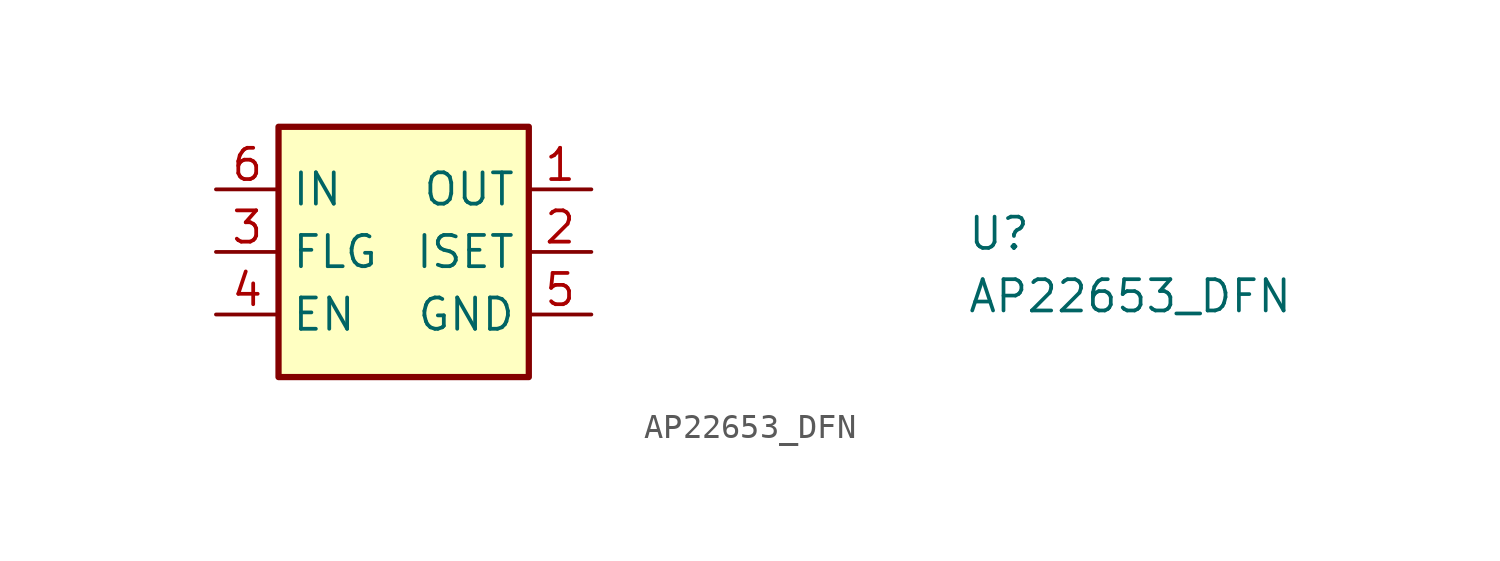
<source format=kicad_sym>
(kicad_symbol_lib
  (version 20211014)
  (generator kicad_symbol_editor)
  (symbol "AP22653_DFN"
    (property "Reference" "U"
      (at 30.48 -2.54 0)
      (effects (font (size 1.27 1.27) (thickness 0.15)) (justify left bottom)))
    (property "Value" "AP22653_DFN"
      (at 30.48 -5.08 0)
      (effects (font (size 1.27 1.27) (thickness 0.15)) (justify left bottom)))
    (symbol "AP22653_DFN_1_1"
      (rectangle (start 2.54 2.54) (end 12.7 -7.62) (stroke (width 0.254) (type default) (color 0 0 0 0)) (fill (type background)))
      (pin power_out line (at 15.24 0 180) (length 2.54) (name "OUT" (effects (font (size 1.27 1.27)))) (number "1" (effects (font (size 1.27 1.27)))))
      (pin passive line (at 15.24 -2.54 180) (length 2.54) (name "ISET" (effects (font (size 1.27 1.27)))) (number "2" (effects (font (size 1.27 1.27)))))
      (pin output line (at 0 -2.54 0) (length 2.54) (name "FLG" (effects (font (size 1.27 1.27)))) (number "3" (effects (font (size 1.27 1.27)))))
      (pin input line (at 0 -5.08 0) (length 2.54) (name "EN" (effects (font (size 1.27 1.27)))) (number "4" (effects (font (size 1.27 1.27)))))
      (pin power_in line (at 15.24 -5.08 180) (length 2.54) (name "GND" (effects (font (size 1.27 1.27)))) (number "5" (effects (font (size 1.27 1.27)))))
      (pin power_in line (at 0 0 0) (length 2.54) (name "IN" (effects (font (size 1.27 1.27)))) (number "6" (effects (font (size 1.27 1.27))))))))
</source>
